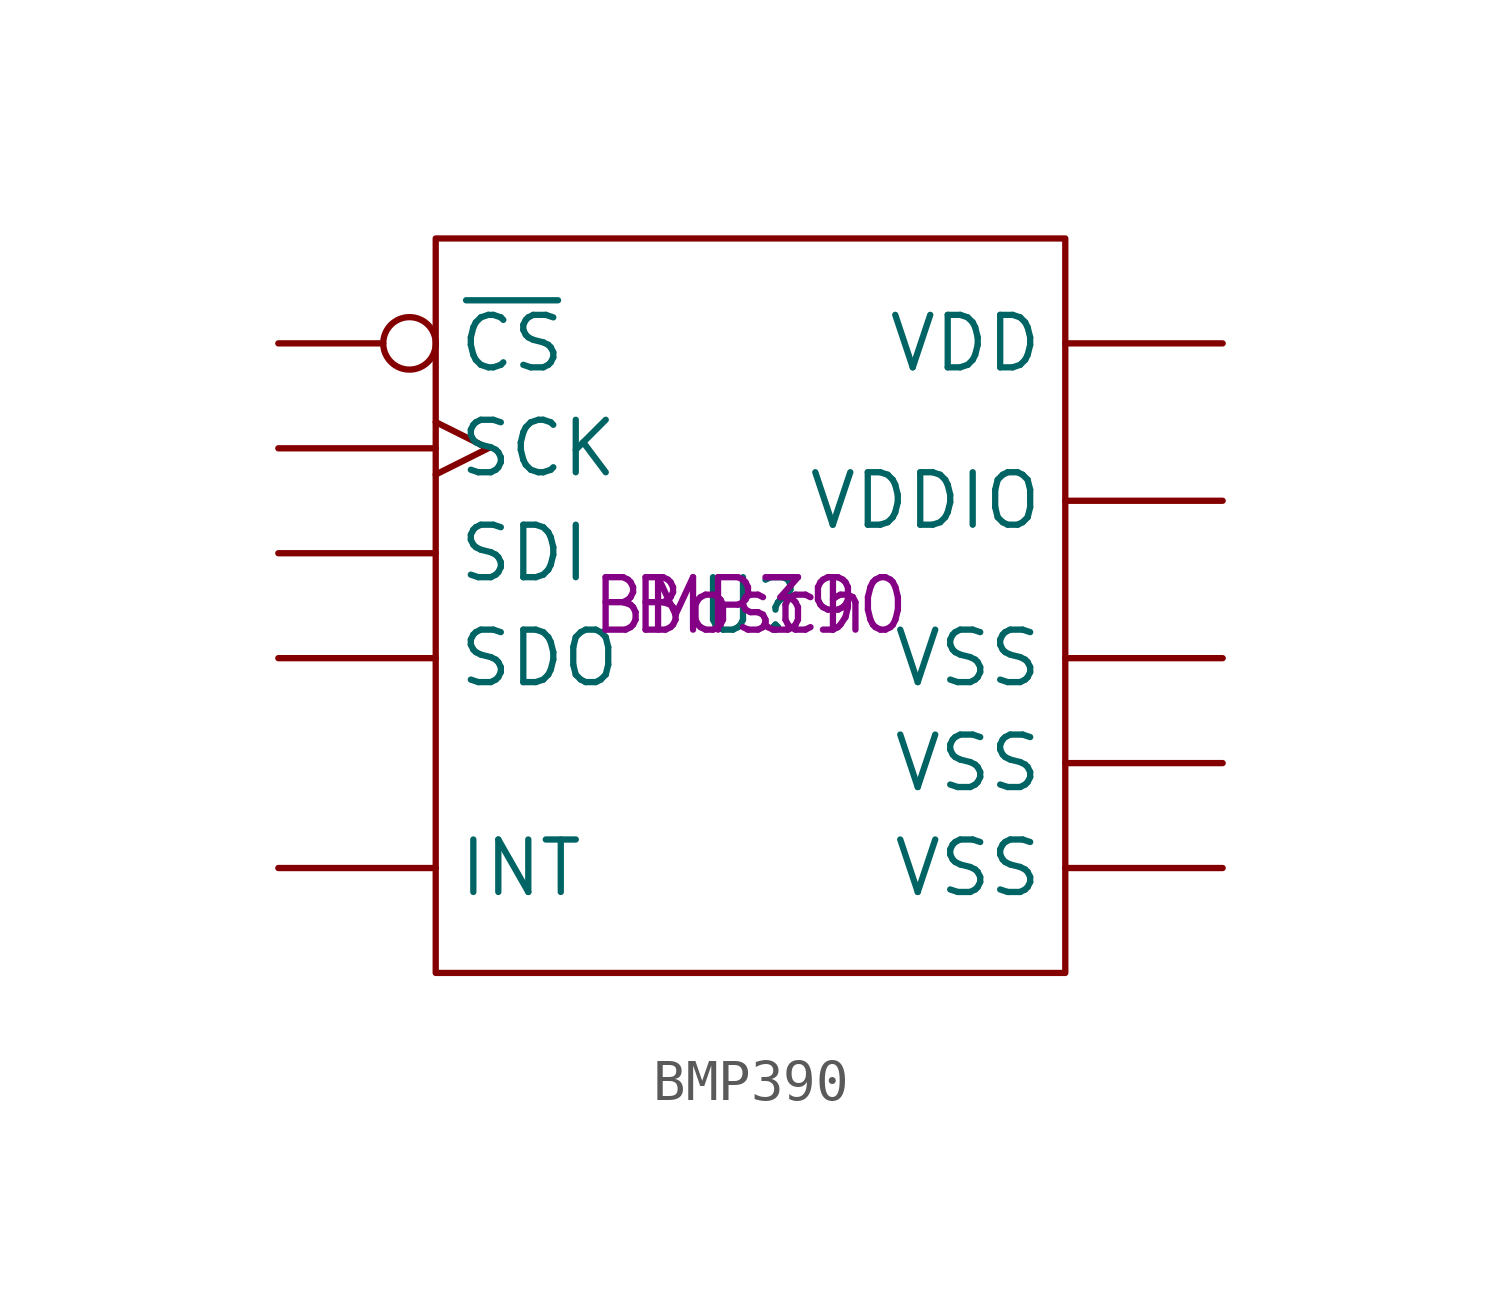
<source format=kicad_sym>
(kicad_symbol_lib
  (version 20231120)
  (generator "kicad_symbol_editor")
  (generator_version "8.0")
  (symbol "BMP390"
    (pin_numbers hide)
    (property "Reference" "U"
      (at 0 0 0)
      (effects (font (size 1.27 1.27))))
    (property "Value" ""
      (at 0 0 0)
      (effects (font (size 1.27 1.27))))
    (property "Manufacturer" "Bosch"
      (at 0 0 0)
      (effects (font (size 1.27 1.27))))
    (property "Part #" "BMP390"
      (at 0 0 0)
      (effects (font (size 1.27 1.27))))
    (symbol "BMP390_0_1"
      (rectangle (start -7.62 8.89) (end 7.62 -8.89) (stroke (width 0) (type default)) (fill (type none))))
    (symbol "BMP390_1_1"
      (pin power_in line (at 11.43 2.54 180) (length 3.81) (name "VDDIO" (effects (font (size 1.27 1.27)))) (number "1" (effects (font (size 1.27 1.27)))))
      (pin power_in line (at 11.43 6.35 180) (length 3.81) (name "VDD" (effects (font (size 1.27 1.27)))) (number "10" (effects (font (size 1.27 1.27)))))
      (pin input clock (at -11.43 3.81 0) (length 3.81) (name "SCK" (effects (font (size 1.27 1.27)))) (number "2" (effects (font (size 1.27 1.27)))))
      (pin power_in line (at 11.43 -1.27 180) (length 3.81) (name "VSS" (effects (font (size 1.27 1.27)))) (number "3" (effects (font (size 1.27 1.27)))))
      (pin bidirectional line (at -11.43 1.27 0) (length 3.81) (name "SDI" (effects (font (size 1.27 1.27)))) (number "4" (effects (font (size 1.27 1.27)))))
      (pin bidirectional line (at -11.43 -1.27 0) (length 3.81) (name "SDO" (effects (font (size 1.27 1.27)))) (number "5" (effects (font (size 1.27 1.27)))))
      (pin input inverted (at -11.43 6.35 0) (length 3.81) (name "~{CS}" (effects (font (size 1.27 1.27)))) (number "6" (effects (font (size 1.27 1.27)))))
      (pin output line (at -11.43 -6.35 0) (length 3.81) (name "INT" (effects (font (size 1.27 1.27)))) (number "7" (effects (font (size 1.27 1.27)))))
      (pin power_in line (at 11.43 -3.81 180) (length 3.81) (name "VSS" (effects (font (size 1.27 1.27)))) (number "8" (effects (font (size 1.27 1.27)))))
      (pin power_in line (at 11.43 -6.35 180) (length 3.81) (name "VSS" (effects (font (size 1.27 1.27)))) (number "9" (effects (font (size 1.27 1.27))))))))
</source>
